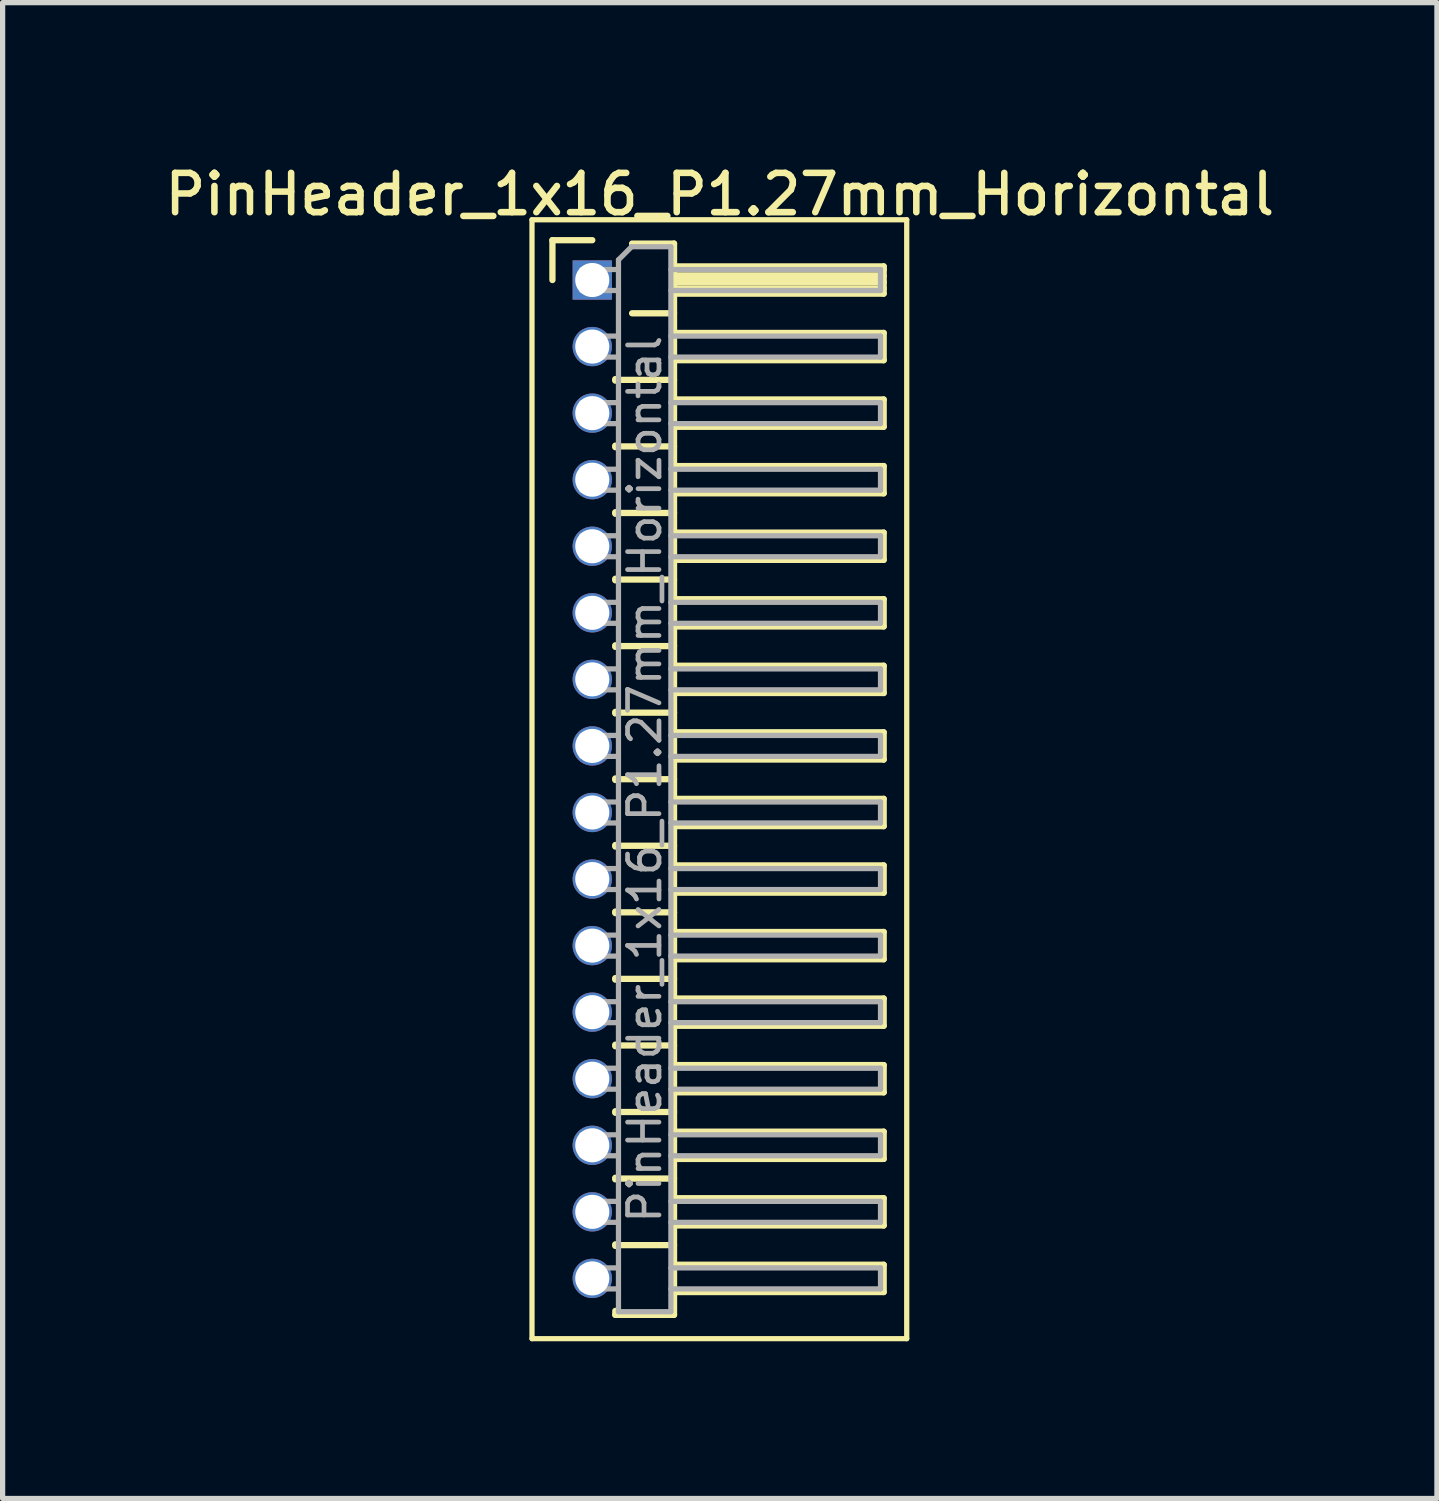
<source format=kicad_pcb>
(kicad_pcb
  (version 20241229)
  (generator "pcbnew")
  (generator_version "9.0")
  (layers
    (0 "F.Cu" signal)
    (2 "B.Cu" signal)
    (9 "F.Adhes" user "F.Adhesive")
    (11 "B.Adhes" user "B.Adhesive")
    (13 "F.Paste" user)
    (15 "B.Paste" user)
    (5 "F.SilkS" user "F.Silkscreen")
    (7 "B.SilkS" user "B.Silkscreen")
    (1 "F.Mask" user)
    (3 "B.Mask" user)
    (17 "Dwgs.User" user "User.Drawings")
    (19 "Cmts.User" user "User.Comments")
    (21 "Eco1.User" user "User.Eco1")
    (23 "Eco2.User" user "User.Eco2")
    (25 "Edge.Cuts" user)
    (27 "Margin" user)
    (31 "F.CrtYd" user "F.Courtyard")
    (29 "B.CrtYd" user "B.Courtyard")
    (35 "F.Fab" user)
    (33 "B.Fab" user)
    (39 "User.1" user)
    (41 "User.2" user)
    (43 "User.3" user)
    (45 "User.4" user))
  (footprint "PinHeader_1x16_P1.27mm_Horizontal"
    (layer "F.Cu")
    (at 8.251 2.293)
    (property "Reference" "PinHeader_1x16_P1.27mm_Horizontal" (at 2.433 -1.635 0) (layer "F.SilkS") (effects (font (size 0.75 0.75) (thickness 0.125))))
    (attr through_hole)
    (fp_line (start -1.15 -1.15) (end -1.15 20.2) (stroke (width 0.1) (type solid)) (layer "F.SilkS"))
    (fp_line (start -1.15 20.2) (end 6 20.2) (stroke (width 0.1) (type solid)) (layer "F.SilkS"))
    (fp_line (start -0.76 -0.76) (end 0 -0.76) (stroke (width 0.12) (type solid)) (layer "F.SilkS"))
    (fp_line (start -0.76 0) (end -0.76 -0.76) (stroke (width 0.12) (type solid)) (layer "F.SilkS"))
    (fp_line (start 0.44 1.89) (end 0.44 1.92) (stroke (width 0.12) (type solid)) (layer "F.SilkS"))
    (fp_line (start 0.44 1.905) (end 1.56 1.905) (stroke (width 0.12) (type solid)) (layer "F.SilkS"))
    (fp_line (start 0.44 3.16) (end 0.44 3.19) (stroke (width 0.12) (type solid)) (layer "F.SilkS"))
    (fp_line (start 0.44 3.175) (end 1.56 3.175) (stroke (width 0.12) (type solid)) (layer "F.SilkS"))
    (fp_line (start 0.44 4.43) (end 0.44 4.46) (stroke (width 0.12) (type solid)) (layer "F.SilkS"))
    (fp_line (start 0.44 4.445) (end 1.56 4.445) (stroke (width 0.12) (type solid)) (layer "F.SilkS"))
    (fp_line (start 0.44 5.7) (end 0.44 5.73) (stroke (width 0.12) (type solid)) (layer "F.SilkS"))
    (fp_line (start 0.44 5.715) (end 1.56 5.715) (stroke (width 0.12) (type solid)) (layer "F.SilkS"))
    (fp_line (start 0.44 6.97) (end 0.44 7) (stroke (width 0.12) (type solid)) (layer "F.SilkS"))
    (fp_line (start 0.44 6.985) (end 1.56 6.985) (stroke (width 0.12) (type solid)) (layer "F.SilkS"))
    (fp_line (start 0.44 8.24) (end 0.44 8.27) (stroke (width 0.12) (type solid)) (layer "F.SilkS"))
    (fp_line (start 0.44 8.255) (end 1.56 8.255) (stroke (width 0.12) (type solid)) (layer "F.SilkS"))
    (fp_line (start 0.44 9.51) (end 0.44 9.54) (stroke (width 0.12) (type solid)) (layer "F.SilkS"))
    (fp_line (start 0.44 9.525) (end 1.56 9.525) (stroke (width 0.12) (type solid)) (layer "F.SilkS"))
    (fp_line (start 0.44 10.78) (end 0.44 10.81) (stroke (width 0.12) (type solid)) (layer "F.SilkS"))
    (fp_line (start 0.44 10.795) (end 1.56 10.795) (stroke (width 0.12) (type solid)) (layer "F.SilkS"))
    (fp_line (start 0.44 12.05) (end 0.44 12.08) (stroke (width 0.12) (type solid)) (layer "F.SilkS"))
    (fp_line (start 0.44 12.065) (end 1.56 12.065) (stroke (width 0.12) (type solid)) (layer "F.SilkS"))
    (fp_line (start 0.44 13.32) (end 0.44 13.35) (stroke (width 0.12) (type solid)) (layer "F.SilkS"))
    (fp_line (start 0.44 13.335) (end 1.56 13.335) (stroke (width 0.12) (type solid)) (layer "F.SilkS"))
    (fp_line (start 0.44 14.59) (end 0.44 14.62) (stroke (width 0.12) (type solid)) (layer "F.SilkS"))
    (fp_line (start 0.44 14.605) (end 1.56 14.605) (stroke (width 0.12) (type solid)) (layer "F.SilkS"))
    (fp_line (start 0.44 15.86) (end 0.44 15.89) (stroke (width 0.12) (type solid)) (layer "F.SilkS"))
    (fp_line (start 0.44 15.875) (end 1.56 15.875) (stroke (width 0.12) (type solid)) (layer "F.SilkS"))
    (fp_line (start 0.44 17.13) (end 0.44 17.16) (stroke (width 0.12) (type solid)) (layer "F.SilkS"))
    (fp_line (start 0.44 17.145) (end 1.56 17.145) (stroke (width 0.12) (type solid)) (layer "F.SilkS"))
    (fp_line (start 0.44 18.4) (end 0.44 18.43) (stroke (width 0.12) (type solid)) (layer "F.SilkS"))
    (fp_line (start 0.44 18.415) (end 1.56 18.415) (stroke (width 0.12) (type solid)) (layer "F.SilkS"))
    (fp_line (start 0.44 19.745) (end 0.44 19.67) (stroke (width 0.12) (type solid)) (layer "F.SilkS"))
    (fp_line (start 0.76 -0.695) (end 1.56 -0.695) (stroke (width 0.12) (type solid)) (layer "F.SilkS"))
    (fp_line (start 0.76 0.635) (end 1.56 0.635) (stroke (width 0.12) (type solid)) (layer "F.SilkS"))
    (fp_line (start 1.56 -0.695) (end 1.56 19.745) (stroke (width 0.12) (type solid)) (layer "F.SilkS"))
    (fp_line (start 1.56 -0.26) (end 5.56 -0.26) (stroke (width 0.12) (type solid)) (layer "F.SilkS"))
    (fp_line (start 1.56 -0.2) (end 5.56 -0.2) (stroke (width 0.12) (type solid)) (layer "F.SilkS"))
    (fp_line (start 1.56 -0.08) (end 5.56 -0.08) (stroke (width 0.12) (type solid)) (layer "F.SilkS"))
    (fp_line (start 1.56 0.04) (end 5.56 0.04) (stroke (width 0.12) (type solid)) (layer "F.SilkS"))
    (fp_line (start 1.56 0.16) (end 5.56 0.16) (stroke (width 0.12) (type solid)) (layer "F.SilkS"))
    (fp_line (start 1.56 1.01) (end 5.56 1.01) (stroke (width 0.12) (type solid)) (layer "F.SilkS"))
    (fp_line (start 1.56 2.28) (end 5.56 2.28) (stroke (width 0.12) (type solid)) (layer "F.SilkS"))
    (fp_line (start 1.56 3.55) (end 5.56 3.55) (stroke (width 0.12) (type solid)) (layer "F.SilkS"))
    (fp_line (start 1.56 4.82) (end 5.56 4.82) (stroke (width 0.12) (type solid)) (layer "F.SilkS"))
    (fp_line (start 1.56 6.09) (end 5.56 6.09) (stroke (width 0.12) (type solid)) (layer "F.SilkS"))
    (fp_line (start 1.56 7.36) (end 5.56 7.36) (stroke (width 0.12) (type solid)) (layer "F.SilkS"))
    (fp_line (start 1.56 8.63) (end 5.56 8.63) (stroke (width 0.12) (type solid)) (layer "F.SilkS"))
    (fp_line (start 1.56 9.9) (end 5.56 9.9) (stroke (width 0.12) (type solid)) (layer "F.SilkS"))
    (fp_line (start 1.56 11.17) (end 5.56 11.17) (stroke (width 0.12) (type solid)) (layer "F.SilkS"))
    (fp_line (start 1.56 12.44) (end 5.56 12.44) (stroke (width 0.12) (type solid)) (layer "F.SilkS"))
    (fp_line (start 1.56 13.71) (end 5.56 13.71) (stroke (width 0.12) (type solid)) (layer "F.SilkS"))
    (fp_line (start 1.56 14.98) (end 5.56 14.98) (stroke (width 0.12) (type solid)) (layer "F.SilkS"))
    (fp_line (start 1.56 16.25) (end 5.56 16.25) (stroke (width 0.12) (type solid)) (layer "F.SilkS"))
    (fp_line (start 1.56 17.52) (end 5.56 17.52) (stroke (width 0.12) (type solid)) (layer "F.SilkS"))
    (fp_line (start 1.56 18.79) (end 5.56 18.79) (stroke (width 0.12) (type solid)) (layer "F.SilkS"))
    (fp_line (start 1.56 19.745) (end 0.44 19.745) (stroke (width 0.12) (type solid)) (layer "F.SilkS"))
    (fp_line (start 5.56 -0.26) (end 5.56 0.26) (stroke (width 0.12) (type solid)) (layer "F.SilkS"))
    (fp_line (start 5.56 0.26) (end 1.56 0.26) (stroke (width 0.12) (type solid)) (layer "F.SilkS"))
    (fp_line (start 5.56 1.01) (end 5.56 1.53) (stroke (width 0.12) (type solid)) (layer "F.SilkS"))
    (fp_line (start 5.56 1.53) (end 1.56 1.53) (stroke (width 0.12) (type solid)) (layer "F.SilkS"))
    (fp_line (start 5.56 2.28) (end 5.56 2.8) (stroke (width 0.12) (type solid)) (layer "F.SilkS"))
    (fp_line (start 5.56 2.8) (end 1.56 2.8) (stroke (width 0.12) (type solid)) (layer "F.SilkS"))
    (fp_line (start 5.56 3.55) (end 5.56 4.07) (stroke (width 0.12) (type solid)) (layer "F.SilkS"))
    (fp_line (start 5.56 4.07) (end 1.56 4.07) (stroke (width 0.12) (type solid)) (layer "F.SilkS"))
    (fp_line (start 5.56 4.82) (end 5.56 5.34) (stroke (width 0.12) (type solid)) (layer "F.SilkS"))
    (fp_line (start 5.56 5.34) (end 1.56 5.34) (stroke (width 0.12) (type solid)) (layer "F.SilkS"))
    (fp_line (start 5.56 6.09) (end 5.56 6.61) (stroke (width 0.12) (type solid)) (layer "F.SilkS"))
    (fp_line (start 5.56 6.61) (end 1.56 6.61) (stroke (width 0.12) (type solid)) (layer "F.SilkS"))
    (fp_line (start 5.56 7.36) (end 5.56 7.88) (stroke (width 0.12) (type solid)) (layer "F.SilkS"))
    (fp_line (start 5.56 7.88) (end 1.56 7.88) (stroke (width 0.12) (type solid)) (layer "F.SilkS"))
    (fp_line (start 5.56 8.63) (end 5.56 9.15) (stroke (width 0.12) (type solid)) (layer "F.SilkS"))
    (fp_line (start 5.56 9.15) (end 1.56 9.15) (stroke (width 0.12) (type solid)) (layer "F.SilkS"))
    (fp_line (start 5.56 9.9) (end 5.56 10.42) (stroke (width 0.12) (type solid)) (layer "F.SilkS"))
    (fp_line (start 5.56 10.42) (end 1.56 10.42) (stroke (width 0.12) (type solid)) (layer "F.SilkS"))
    (fp_line (start 5.56 11.17) (end 5.56 11.69) (stroke (width 0.12) (type solid)) (layer "F.SilkS"))
    (fp_line (start 5.56 11.69) (end 1.56 11.69) (stroke (width 0.12) (type solid)) (layer "F.SilkS"))
    (fp_line (start 5.56 12.44) (end 5.56 12.96) (stroke (width 0.12) (type solid)) (layer "F.SilkS"))
    (fp_line (start 5.56 12.96) (end 1.56 12.96) (stroke (width 0.12) (type solid)) (layer "F.SilkS"))
    (fp_line (start 5.56 13.71) (end 5.56 14.23) (stroke (width 0.12) (type solid)) (layer "F.SilkS"))
    (fp_line (start 5.56 14.23) (end 1.56 14.23) (stroke (width 0.12) (type solid)) (layer "F.SilkS"))
    (fp_line (start 5.56 14.98) (end 5.56 15.5) (stroke (width 0.12) (type solid)) (layer "F.SilkS"))
    (fp_line (start 5.56 15.5) (end 1.56 15.5) (stroke (width 0.12) (type solid)) (layer "F.SilkS"))
    (fp_line (start 5.56 16.25) (end 5.56 16.77) (stroke (width 0.12) (type solid)) (layer "F.SilkS"))
    (fp_line (start 5.56 16.77) (end 1.56 16.77) (stroke (width 0.12) (type solid)) (layer "F.SilkS"))
    (fp_line (start 5.56 17.52) (end 5.56 18.04) (stroke (width 0.12) (type solid)) (layer "F.SilkS"))
    (fp_line (start 5.56 18.04) (end 1.56 18.04) (stroke (width 0.12) (type solid)) (layer "F.SilkS"))
    (fp_line (start 5.56 18.79) (end 5.56 19.31) (stroke (width 0.12) (type solid)) (layer "F.SilkS"))
    (fp_line (start 5.56 19.31) (end 1.56 19.31) (stroke (width 0.12) (type solid)) (layer "F.SilkS"))
    (fp_line (start 6 -1.15) (end -1.15 -1.15) (stroke (width 0.1) (type solid)) (layer "F.SilkS"))
    (fp_line (start 6 20.2) (end 6 -1.15) (stroke (width 0.1) (type solid)) (layer "F.SilkS"))
    (fp_line (start -0.2 -0.2) (end -0.2 0.2) (stroke (width 0.1) (type solid)) (layer "F.Fab"))
    (fp_line (start -0.2 -0.2) (end 0.5 -0.2) (stroke (width 0.1) (type solid)) (layer "F.Fab"))
    (fp_line (start -0.2 0.2) (end 0.5 0.2) (stroke (width 0.1) (type solid)) (layer "F.Fab"))
    (fp_line (start -0.2 1.07) (end -0.2 1.47) (stroke (width 0.1) (type solid)) (layer "F.Fab"))
    (fp_line (start -0.2 1.07) (end 0.5 1.07) (stroke (width 0.1) (type solid)) (layer "F.Fab"))
    (fp_line (start -0.2 1.47) (end 0.5 1.47) (stroke (width 0.1) (type solid)) (layer "F.Fab"))
    (fp_line (start -0.2 2.34) (end -0.2 2.74) (stroke (width 0.1) (type solid)) (layer "F.Fab"))
    (fp_line (start -0.2 2.34) (end 0.5 2.34) (stroke (width 0.1) (type solid)) (layer "F.Fab"))
    (fp_line (start -0.2 2.74) (end 0.5 2.74) (stroke (width 0.1) (type solid)) (layer "F.Fab"))
    (fp_line (start -0.2 3.61) (end -0.2 4.01) (stroke (width 0.1) (type solid)) (layer "F.Fab"))
    (fp_line (start -0.2 3.61) (end 0.5 3.61) (stroke (width 0.1) (type solid)) (layer "F.Fab"))
    (fp_line (start -0.2 4.01) (end 0.5 4.01) (stroke (width 0.1) (type solid)) (layer "F.Fab"))
    (fp_line (start -0.2 4.88) (end -0.2 5.28) (stroke (width 0.1) (type solid)) (layer "F.Fab"))
    (fp_line (start -0.2 4.88) (end 0.5 4.88) (stroke (width 0.1) (type solid)) (layer "F.Fab"))
    (fp_line (start -0.2 5.28) (end 0.5 5.28) (stroke (width 0.1) (type solid)) (layer "F.Fab"))
    (fp_line (start -0.2 6.15) (end -0.2 6.55) (stroke (width 0.1) (type solid)) (layer "F.Fab"))
    (fp_line (start -0.2 6.15) (end 0.5 6.15) (stroke (width 0.1) (type solid)) (layer "F.Fab"))
    (fp_line (start -0.2 6.55) (end 0.5 6.55) (stroke (width 0.1) (type solid)) (layer "F.Fab"))
    (fp_line (start -0.2 7.42) (end -0.2 7.82) (stroke (width 0.1) (type solid)) (layer "F.Fab"))
    (fp_line (start -0.2 7.42) (end 0.5 7.42) (stroke (width 0.1) (type solid)) (layer "F.Fab"))
    (fp_line (start -0.2 7.82) (end 0.5 7.82) (stroke (width 0.1) (type solid)) (layer "F.Fab"))
    (fp_line (start -0.2 8.69) (end -0.2 9.09) (stroke (width 0.1) (type solid)) (layer "F.Fab"))
    (fp_line (start -0.2 8.69) (end 0.5 8.69) (stroke (width 0.1) (type solid)) (layer "F.Fab"))
    (fp_line (start -0.2 9.09) (end 0.5 9.09) (stroke (width 0.1) (type solid)) (layer "F.Fab"))
    (fp_line (start -0.2 9.96) (end -0.2 10.36) (stroke (width 0.1) (type solid)) (layer "F.Fab"))
    (fp_line (start -0.2 9.96) (end 0.5 9.96) (stroke (width 0.1) (type solid)) (layer "F.Fab"))
    (fp_line (start -0.2 10.36) (end 0.5 10.36) (stroke (width 0.1) (type solid)) (layer "F.Fab"))
    (fp_line (start -0.2 11.23) (end -0.2 11.63) (stroke (width 0.1) (type solid)) (layer "F.Fab"))
    (fp_line (start -0.2 11.23) (end 0.5 11.23) (stroke (width 0.1) (type solid)) (layer "F.Fab"))
    (fp_line (start -0.2 11.63) (end 0.5 11.63) (stroke (width 0.1) (type solid)) (layer "F.Fab"))
    (fp_line (start -0.2 12.5) (end -0.2 12.9) (stroke (width 0.1) (type solid)) (layer "F.Fab"))
    (fp_line (start -0.2 12.5) (end 0.5 12.5) (stroke (width 0.1) (type solid)) (layer "F.Fab"))
    (fp_line (start -0.2 12.9) (end 0.5 12.9) (stroke (width 0.1) (type solid)) (layer "F.Fab"))
    (fp_line (start -0.2 13.77) (end -0.2 14.17) (stroke (width 0.1) (type solid)) (layer "F.Fab"))
    (fp_line (start -0.2 13.77) (end 0.5 13.77) (stroke (width 0.1) (type solid)) (layer "F.Fab"))
    (fp_line (start -0.2 14.17) (end 0.5 14.17) (stroke (width 0.1) (type solid)) (layer "F.Fab"))
    (fp_line (start -0.2 15.04) (end -0.2 15.44) (stroke (width 0.1) (type solid)) (layer "F.Fab"))
    (fp_line (start -0.2 15.04) (end 0.5 15.04) (stroke (width 0.1) (type solid)) (layer "F.Fab"))
    (fp_line (start -0.2 15.44) (end 0.5 15.44) (stroke (width 0.1) (type solid)) (layer "F.Fab"))
    (fp_line (start -0.2 16.31) (end -0.2 16.71) (stroke (width 0.1) (type solid)) (layer "F.Fab"))
    (fp_line (start -0.2 16.31) (end 0.5 16.31) (stroke (width 0.1) (type solid)) (layer "F.Fab"))
    (fp_line (start -0.2 16.71) (end 0.5 16.71) (stroke (width 0.1) (type solid)) (layer "F.Fab"))
    (fp_line (start -0.2 17.58) (end -0.2 17.98) (stroke (width 0.1) (type solid)) (layer "F.Fab"))
    (fp_line (start -0.2 17.58) (end 0.5 17.58) (stroke (width 0.1) (type solid)) (layer "F.Fab"))
    (fp_line (start -0.2 17.98) (end 0.5 17.98) (stroke (width 0.1) (type solid)) (layer "F.Fab"))
    (fp_line (start -0.2 18.85) (end -0.2 19.25) (stroke (width 0.1) (type solid)) (layer "F.Fab"))
    (fp_line (start -0.2 18.85) (end 0.5 18.85) (stroke (width 0.1) (type solid)) (layer "F.Fab"))
    (fp_line (start -0.2 19.25) (end 0.5 19.25) (stroke (width 0.1) (type solid)) (layer "F.Fab"))
    (fp_line (start 0.5 -0.385) (end 0.75 -0.635) (stroke (width 0.1) (type solid)) (layer "F.Fab"))
    (fp_line (start 0.5 19.685) (end 0.5 -0.385) (stroke (width 0.1) (type solid)) (layer "F.Fab"))
    (fp_line (start 0.75 -0.635) (end 1.5 -0.635) (stroke (width 0.1) (type solid)) (layer "F.Fab"))
    (fp_line (start 1.5 -0.635) (end 1.5 19.685) (stroke (width 0.1) (type solid)) (layer "F.Fab"))
    (fp_line (start 1.5 -0.2) (end 5.5 -0.2) (stroke (width 0.1) (type solid)) (layer "F.Fab"))
    (fp_line (start 1.5 0.2) (end 5.5 0.2) (stroke (width 0.1) (type solid)) (layer "F.Fab"))
    (fp_line (start 1.5 1.07) (end 5.5 1.07) (stroke (width 0.1) (type solid)) (layer "F.Fab"))
    (fp_line (start 1.5 1.47) (end 5.5 1.47) (stroke (width 0.1) (type solid)) (layer "F.Fab"))
    (fp_line (start 1.5 2.34) (end 5.5 2.34) (stroke (width 0.1) (type solid)) (layer "F.Fab"))
    (fp_line (start 1.5 2.74) (end 5.5 2.74) (stroke (width 0.1) (type solid)) (layer "F.Fab"))
    (fp_line (start 1.5 3.61) (end 5.5 3.61) (stroke (width 0.1) (type solid)) (layer "F.Fab"))
    (fp_line (start 1.5 4.01) (end 5.5 4.01) (stroke (width 0.1) (type solid)) (layer "F.Fab"))
    (fp_line (start 1.5 4.88) (end 5.5 4.88) (stroke (width 0.1) (type solid)) (layer "F.Fab"))
    (fp_line (start 1.5 5.28) (end 5.5 5.28) (stroke (width 0.1) (type solid)) (layer "F.Fab"))
    (fp_line (start 1.5 6.15) (end 5.5 6.15) (stroke (width 0.1) (type solid)) (layer "F.Fab"))
    (fp_line (start 1.5 6.55) (end 5.5 6.55) (stroke (width 0.1) (type solid)) (layer "F.Fab"))
    (fp_line (start 1.5 7.42) (end 5.5 7.42) (stroke (width 0.1) (type solid)) (layer "F.Fab"))
    (fp_line (start 1.5 7.82) (end 5.5 7.82) (stroke (width 0.1) (type solid)) (layer "F.Fab"))
    (fp_line (start 1.5 8.69) (end 5.5 8.69) (stroke (width 0.1) (type solid)) (layer "F.Fab"))
    (fp_line (start 1.5 9.09) (end 5.5 9.09) (stroke (width 0.1) (type solid)) (layer "F.Fab"))
    (fp_line (start 1.5 9.96) (end 5.5 9.96) (stroke (width 0.1) (type solid)) (layer "F.Fab"))
    (fp_line (start 1.5 10.36) (end 5.5 10.36) (stroke (width 0.1) (type solid)) (layer "F.Fab"))
    (fp_line (start 1.5 11.23) (end 5.5 11.23) (stroke (width 0.1) (type solid)) (layer "F.Fab"))
    (fp_line (start 1.5 11.63) (end 5.5 11.63) (stroke (width 0.1) (type solid)) (layer "F.Fab"))
    (fp_line (start 1.5 12.5) (end 5.5 12.5) (stroke (width 0.1) (type solid)) (layer "F.Fab"))
    (fp_line (start 1.5 12.9) (end 5.5 12.9) (stroke (width 0.1) (type solid)) (layer "F.Fab"))
    (fp_line (start 1.5 13.77) (end 5.5 13.77) (stroke (width 0.1) (type solid)) (layer "F.Fab"))
    (fp_line (start 1.5 14.17) (end 5.5 14.17) (stroke (width 0.1) (type solid)) (layer "F.Fab"))
    (fp_line (start 1.5 15.04) (end 5.5 15.04) (stroke (width 0.1) (type solid)) (layer "F.Fab"))
    (fp_line (start 1.5 15.44) (end 5.5 15.44) (stroke (width 0.1) (type solid)) (layer "F.Fab"))
    (fp_line (start 1.5 16.31) (end 5.5 16.31) (stroke (width 0.1) (type solid)) (layer "F.Fab"))
    (fp_line (start 1.5 16.71) (end 5.5 16.71) (stroke (width 0.1) (type solid)) (layer "F.Fab"))
    (fp_line (start 1.5 17.58) (end 5.5 17.58) (stroke (width 0.1) (type solid)) (layer "F.Fab"))
    (fp_line (start 1.5 17.98) (end 5.5 17.98) (stroke (width 0.1) (type solid)) (layer "F.Fab"))
    (fp_line (start 1.5 18.85) (end 5.5 18.85) (stroke (width 0.1) (type solid)) (layer "F.Fab"))
    (fp_line (start 1.5 19.25) (end 5.5 19.25) (stroke (width 0.1) (type solid)) (layer "F.Fab"))
    (fp_line (start 1.5 19.685) (end 0.5 19.685) (stroke (width 0.1) (type solid)) (layer "F.Fab"))
    (fp_line (start 5.5 -0.2) (end 5.5 0.2) (stroke (width 0.1) (type solid)) (layer "F.Fab"))
    (fp_line (start 5.5 1.07) (end 5.5 1.47) (stroke (width 0.1) (type solid)) (layer "F.Fab"))
    (fp_line (start 5.5 2.34) (end 5.5 2.74) (stroke (width 0.1) (type solid)) (layer "F.Fab"))
    (fp_line (start 5.5 3.61) (end 5.5 4.01) (stroke (width 0.1) (type solid)) (layer "F.Fab"))
    (fp_line (start 5.5 4.88) (end 5.5 5.28) (stroke (width 0.1) (type solid)) (layer "F.Fab"))
    (fp_line (start 5.5 6.15) (end 5.5 6.55) (stroke (width 0.1) (type solid)) (layer "F.Fab"))
    (fp_line (start 5.5 7.42) (end 5.5 7.82) (stroke (width 0.1) (type solid)) (layer "F.Fab"))
    (fp_line (start 5.5 8.69) (end 5.5 9.09) (stroke (width 0.1) (type solid)) (layer "F.Fab"))
    (fp_line (start 5.5 9.96) (end 5.5 10.36) (stroke (width 0.1) (type solid)) (layer "F.Fab"))
    (fp_line (start 5.5 11.23) (end 5.5 11.63) (stroke (width 0.1) (type solid)) (layer "F.Fab"))
    (fp_line (start 5.5 12.5) (end 5.5 12.9) (stroke (width 0.1) (type solid)) (layer "F.Fab"))
    (fp_line (start 5.5 13.77) (end 5.5 14.17) (stroke (width 0.1) (type solid)) (layer "F.Fab"))
    (fp_line (start 5.5 15.04) (end 5.5 15.44) (stroke (width 0.1) (type solid)) (layer "F.Fab"))
    (fp_line (start 5.5 16.31) (end 5.5 16.71) (stroke (width 0.1) (type solid)) (layer "F.Fab"))
    (fp_line (start 5.5 17.58) (end 5.5 17.98) (stroke (width 0.1) (type solid)) (layer "F.Fab"))
    (fp_line (start 5.5 18.85) (end 5.5 19.25) (stroke (width 0.1) (type solid)) (layer "F.Fab"))
    (fp_text user "${REFERENCE}" (at 1 9.525 90) (layer "F.Fab") (effects (font (size 0.6 0.6) (thickness 0.09))))
    (pad "1" thru_hole rect (at 0 0) (size 0.75 0.75) (drill 0.65) (layers "*.Cu" "*.Mask"))
    (pad "2" thru_hole oval (at 0 1.27) (size 0.75 0.75) (drill 0.65) (layers "*.Cu" "*.Mask"))
    (pad "3" thru_hole oval (at 0 2.54) (size 0.75 0.75) (drill 0.65) (layers "*.Cu" "*.Mask"))
    (pad "4" thru_hole oval (at 0 3.81) (size 0.75 0.75) (drill 0.65) (layers "*.Cu" "*.Mask"))
    (pad "5" thru_hole oval (at 0 5.08) (size 0.75 0.75) (drill 0.65) (layers "*.Cu" "*.Mask"))
    (pad "6" thru_hole oval (at 0 6.35) (size 0.75 0.75) (drill 0.65) (layers "*.Cu" "*.Mask"))
    (pad "7" thru_hole oval (at 0 7.62) (size 0.75 0.75) (drill 0.65) (layers "*.Cu" "*.Mask"))
    (pad "8" thru_hole oval (at 0 8.89) (size 0.75 0.75) (drill 0.65) (layers "*.Cu" "*.Mask"))
    (pad "9" thru_hole oval (at 0 10.16) (size 0.75 0.75) (drill 0.65) (layers "*.Cu" "*.Mask"))
    (pad "10" thru_hole oval (at 0 11.43) (size 0.75 0.75) (drill 0.65) (layers "*.Cu" "*.Mask"))
    (pad "11" thru_hole oval (at 0 12.7) (size 0.75 0.75) (drill 0.65) (layers "*.Cu" "*.Mask"))
    (pad "12" thru_hole oval (at 0 13.97) (size 0.75 0.75) (drill 0.65) (layers "*.Cu" "*.Mask"))
    (pad "13" thru_hole oval (at 0 15.24) (size 0.75 0.75) (drill 0.65) (layers "*.Cu" "*.Mask"))
    (pad "14" thru_hole oval (at 0 16.51) (size 0.75 0.75) (drill 0.65) (layers "*.Cu" "*.Mask"))
    (pad "15" thru_hole oval (at 0 17.78) (size 0.75 0.75) (drill 0.65) (layers "*.Cu" "*.Mask"))
    (pad "16" thru_hole oval (at 0 19.05) (size 0.75 0.75) (drill 0.65) (layers "*.Cu" "*.Mask")))
  (gr_rect
    (start -3 -3)
    (end 24.368 25.543)
    (stroke (width 0.1) (type default))
    (fill no)
    (layer "Edge.Cuts")))
</source>
